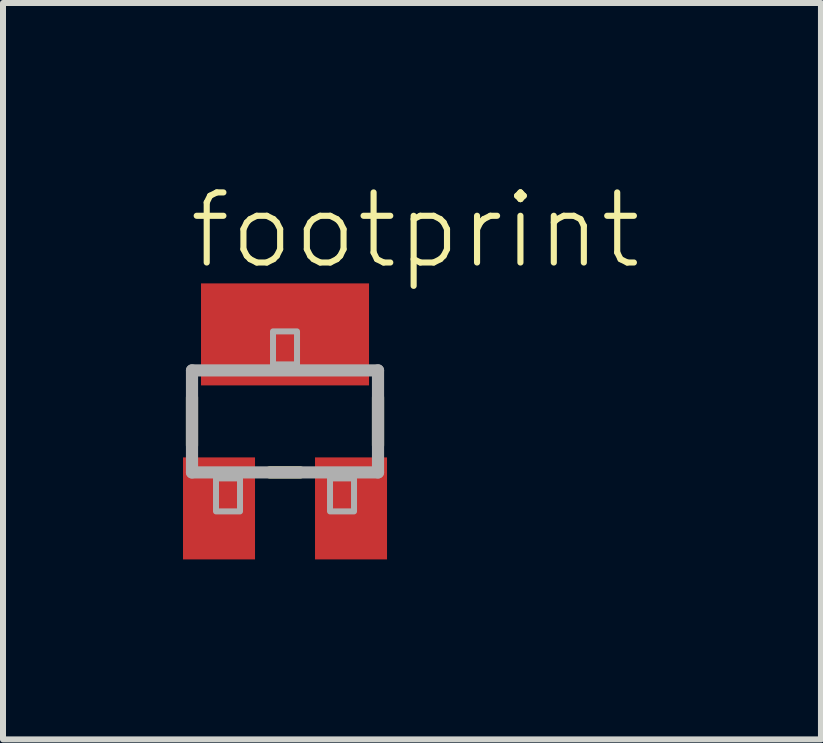
<source format=kicad_pcb>
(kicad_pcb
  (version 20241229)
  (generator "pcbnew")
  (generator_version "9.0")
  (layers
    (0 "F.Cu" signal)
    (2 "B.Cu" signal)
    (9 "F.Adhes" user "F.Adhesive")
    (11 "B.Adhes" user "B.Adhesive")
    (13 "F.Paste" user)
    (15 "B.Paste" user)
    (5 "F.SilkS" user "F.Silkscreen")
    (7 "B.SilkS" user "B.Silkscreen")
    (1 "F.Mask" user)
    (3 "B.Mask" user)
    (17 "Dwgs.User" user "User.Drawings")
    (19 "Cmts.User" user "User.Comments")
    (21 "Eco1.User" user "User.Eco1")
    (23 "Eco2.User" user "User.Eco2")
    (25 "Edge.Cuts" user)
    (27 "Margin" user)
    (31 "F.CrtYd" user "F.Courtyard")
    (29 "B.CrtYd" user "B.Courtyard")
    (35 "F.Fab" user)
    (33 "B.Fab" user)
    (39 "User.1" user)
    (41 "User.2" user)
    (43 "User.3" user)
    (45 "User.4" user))
  (footprint "footprint"
    (layer "F.Cu")
    (at 1.7 3.973)
    (property "Reference" "footprint" (at -1.65 -2.5 0) (layer "F.SilkS") (effects (font (size 1.168 1.168) (thickness 0.102)) (justify left bottom)))
    (fp_line (start -1.55 0.4) (end -1.55 -0.4) (stroke (width 0.203) (type solid)) (layer "F.SilkS"))
    (fp_line (start 0.25 0.85) (end -0.25 0.85) (stroke (width 0.203) (type solid)) (layer "F.SilkS"))
    (fp_line (start 1.55 -0.4) (end 1.55 0.4) (stroke (width 0.203) (type solid)) (layer "F.SilkS"))
    (fp_line (start -1.55 -0.85) (end 1.55 -0.85) (stroke (width 0.203) (type solid)) (layer "F.Fab"))
    (fp_line (start -1.55 0.85) (end -1.55 -0.85) (stroke (width 0.203) (type solid)) (layer "F.Fab"))
    (fp_line (start 1.55 -0.85) (end 1.55 0.85) (stroke (width 0.203) (type solid)) (layer "F.Fab"))
    (fp_line (start 1.55 0.85) (end -1.55 0.85) (stroke (width 0.203) (type solid)) (layer "F.Fab"))
    (fp_poly (pts (xy -1.15 1.5) (xy -0.75 1.5) (xy -0.75 0.95) (xy -1.15 0.95)) (stroke (width 0.1) (type solid)) (fill no) (layer "F.Fab"))
    (fp_poly (pts (xy -0.2 -0.95) (xy 0.2 -0.95) (xy 0.2 -1.5) (xy -0.2 -1.5)) (stroke (width 0.1) (type solid)) (fill no) (layer "F.Fab"))
    (fp_poly (pts (xy 0.75 1.5) (xy 1.15 1.5) (xy 1.15 0.95) (xy 0.75 0.95)) (stroke (width 0.1) (type solid)) (fill no) (layer "F.Fab"))
    (pad "1" smd rect (at -1.1 1.45) (size 1.2 1.7) (layers "F.Cu" "F.Mask" "F.Paste"))
    (pad "2" smd rect (at 1.1 1.45) (size 1.2 1.7) (layers "F.Cu" "F.Mask" "F.Paste"))
    (pad "3" smd rect (at 0 -1.45) (size 2.8 1.7) (layers "F.Cu" "F.Mask" "F.Paste")))
  (gr_rect
    (start -3 -3)
    (end 10.632 9.273)
    (stroke (width 0.1) (type default))
    (fill no)
    (layer "Edge.Cuts")))
</source>
